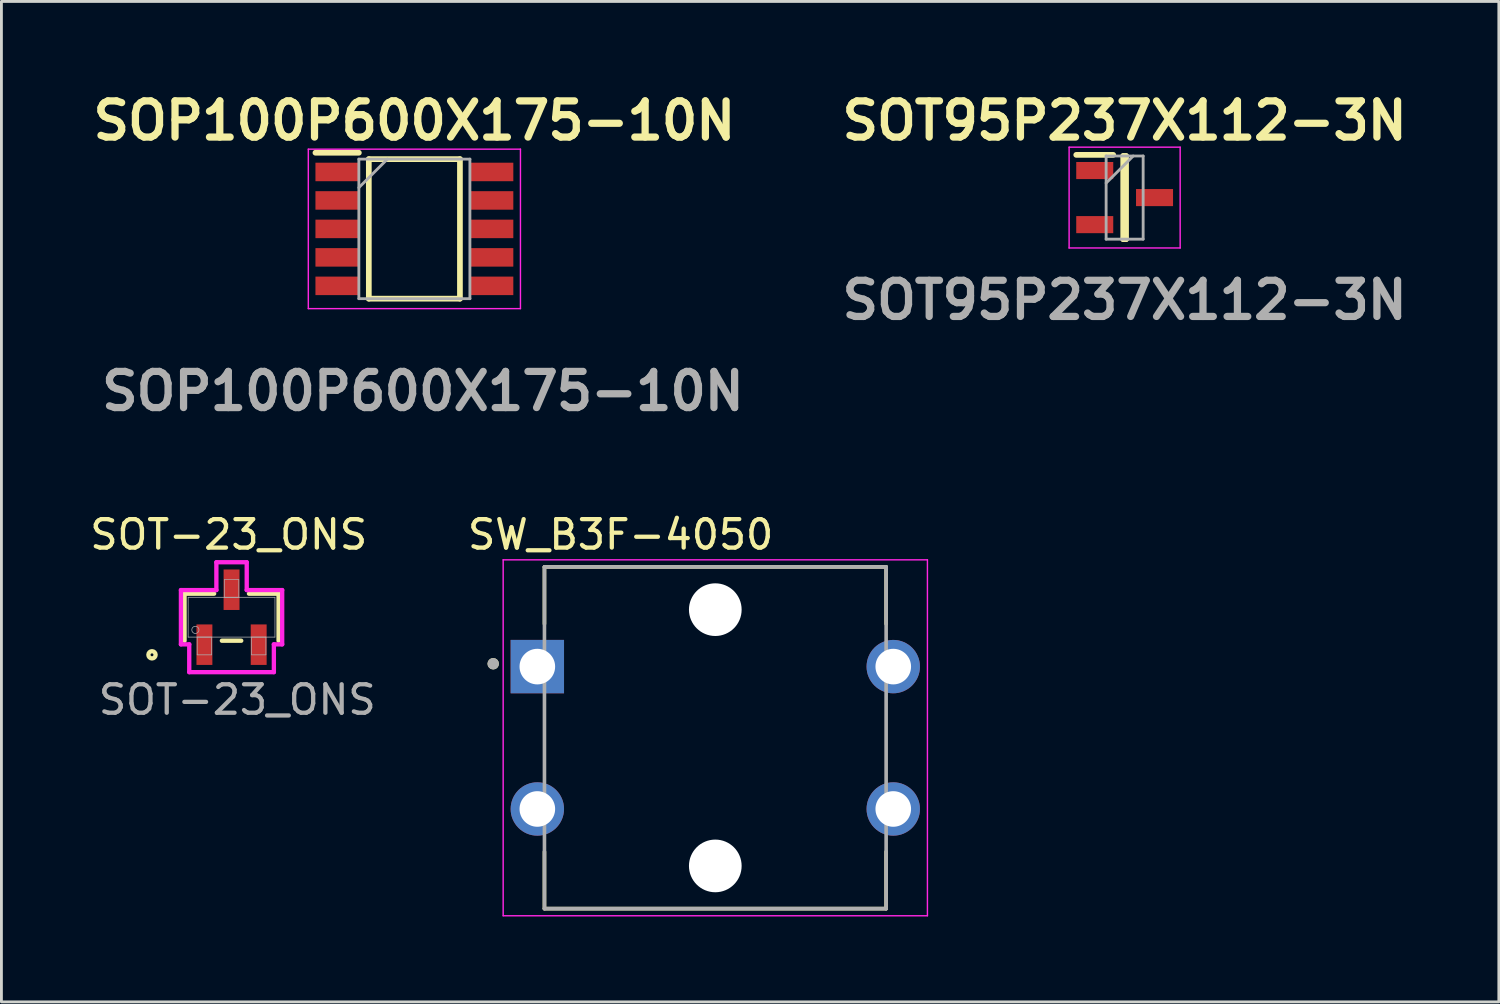
<source format=kicad_pcb>
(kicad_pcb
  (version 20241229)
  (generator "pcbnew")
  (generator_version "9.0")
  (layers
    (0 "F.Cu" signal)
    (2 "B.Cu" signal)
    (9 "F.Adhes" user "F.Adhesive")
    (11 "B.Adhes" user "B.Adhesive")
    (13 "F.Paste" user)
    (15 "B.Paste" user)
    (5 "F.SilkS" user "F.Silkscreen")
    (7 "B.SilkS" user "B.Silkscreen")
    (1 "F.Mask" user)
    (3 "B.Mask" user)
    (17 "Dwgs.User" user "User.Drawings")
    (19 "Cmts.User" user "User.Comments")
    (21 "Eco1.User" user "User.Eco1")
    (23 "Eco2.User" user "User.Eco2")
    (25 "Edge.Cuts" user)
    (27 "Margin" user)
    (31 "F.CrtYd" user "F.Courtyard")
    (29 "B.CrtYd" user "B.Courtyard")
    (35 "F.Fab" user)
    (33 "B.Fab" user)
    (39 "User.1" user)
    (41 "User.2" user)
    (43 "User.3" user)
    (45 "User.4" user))
  (footprint "SOT95P237X112-3N"
    (layer "F.Cu")
    (at 36.447 3.889)
    (property "Reference" "SOT95P237X112-3N" (at 0 -2.7 0) (layer "F.SilkS") (effects (font (size 1.27 1.27) (thickness 0.254))))
    (attr smd)
    (fp_line (start -1.7 -1.5) (end -0.4 -1.5) (stroke (width 0.2) (type solid)) (layer "F.SilkS"))
    (fp_line (start -0.05 -1.46) (end 0.05 -1.46) (stroke (width 0.2) (type solid)) (layer "F.SilkS"))
    (fp_line (start -0.05 1.46) (end -0.05 -1.46) (stroke (width 0.2) (type solid)) (layer "F.SilkS"))
    (fp_line (start 0.05 -1.46) (end 0.05 1.46) (stroke (width 0.2) (type solid)) (layer "F.SilkS"))
    (fp_line (start 0.05 1.46) (end -0.05 1.46) (stroke (width 0.2) (type solid)) (layer "F.SilkS"))
    (fp_line (start -1.95 -1.77) (end 1.95 -1.77) (stroke (width 0.05) (type solid)) (layer "F.CrtYd"))
    (fp_line (start -1.95 1.77) (end -1.95 -1.77) (stroke (width 0.05) (type solid)) (layer "F.CrtYd"))
    (fp_line (start 1.95 -1.77) (end 1.95 1.77) (stroke (width 0.05) (type solid)) (layer "F.CrtYd"))
    (fp_line (start 1.95 1.77) (end -1.95 1.77) (stroke (width 0.05) (type solid)) (layer "F.CrtYd"))
    (fp_line (start -0.65 -1.46) (end 0.65 -1.46) (stroke (width 0.1) (type solid)) (layer "F.Fab"))
    (fp_line (start -0.65 -0.51) (end 0.3 -1.46) (stroke (width 0.1) (type solid)) (layer "F.Fab"))
    (fp_line (start -0.65 1.46) (end -0.65 -1.46) (stroke (width 0.1) (type solid)) (layer "F.Fab"))
    (fp_line (start 0.65 -1.46) (end 0.65 1.46) (stroke (width 0.1) (type solid)) (layer "F.Fab"))
    (fp_line (start 0.65 1.46) (end -0.65 1.46) (stroke (width 0.1) (type solid)) (layer "F.Fab"))
    (fp_text user "${REFERENCE}" (at 0 3.6 0) (layer "F.Fab") (effects (font (size 1.27 1.27) (thickness 0.254))))
    (pad "1" smd rect (at -1.05 -0.95 90) (size 0.6 1.3) (layers "F.Cu" "F.Mask" "F.Paste"))
    (pad "2" smd rect (at -1.05 0.95 90) (size 0.6 1.3) (layers "F.Cu" "F.Mask" "F.Paste"))
    (pad "3" smd rect (at 1.05 0 90) (size 0.6 1.3) (layers "F.Cu" "F.Mask" "F.Paste")))
  (footprint "SOT-23_ONS"
    (layer "F.Cu")
    (at 5.082 18.626)
    (property "Reference" "SOT-23_ONS" (at -0.1 -2.9 0) (unlocked yes) (layer "F.SilkS") (effects (font (size 1 1) (thickness 0.15))))
    (attr smd)
    (fp_line (start -1.651 -0.826) (end -1.651 0.826) (stroke (width 0.152) (type solid)) (layer "F.SilkS"))
    (fp_line (start -0.612 -0.826) (end -1.651 -0.826) (stroke (width 0.152) (type solid)) (layer "F.SilkS"))
    (fp_line (start -0.34 0.826) (end 0.34 0.826) (stroke (width 0.152) (type solid)) (layer "F.SilkS"))
    (fp_line (start 1.651 -0.826) (end 0.612 -0.826) (stroke (width 0.152) (type solid)) (layer "F.SilkS"))
    (fp_line (start 1.651 0.826) (end 1.651 -0.826) (stroke (width 0.152) (type solid)) (layer "F.SilkS"))
    (fp_circle (center -2.794 1.321) (end -2.667 1.321) (stroke (width 0.152) (type solid)) (fill no) (layer "F.SilkS"))
    (fp_line (start -1.778 -0.953) (end -0.533 -0.953) (stroke (width 0.152) (type solid)) (layer "F.CrtYd"))
    (fp_line (start -1.778 0.953) (end -1.778 -0.953) (stroke (width 0.152) (type solid)) (layer "F.CrtYd"))
    (fp_line (start -1.778 0.953) (end -1.486 0.953) (stroke (width 0.152) (type solid)) (layer "F.CrtYd"))
    (fp_line (start -1.486 0.953) (end -1.486 1.93) (stroke (width 0.152) (type solid)) (layer "F.CrtYd"))
    (fp_line (start -1.486 1.93) (end 1.486 1.93) (stroke (width 0.152) (type solid)) (layer "F.CrtYd"))
    (fp_line (start -0.533 -1.93) (end 0.533 -1.93) (stroke (width 0.152) (type solid)) (layer "F.CrtYd"))
    (fp_line (start -0.533 -0.953) (end -0.533 -1.93) (stroke (width 0.152) (type solid)) (layer "F.CrtYd"))
    (fp_line (start 0.533 -0.953) (end 0.533 -1.93) (stroke (width 0.152) (type solid)) (layer "F.CrtYd"))
    (fp_line (start 1.486 0.953) (end 1.486 1.93) (stroke (width 0.152) (type solid)) (layer "F.CrtYd"))
    (fp_line (start 1.778 -0.953) (end 0.533 -0.953) (stroke (width 0.152) (type solid)) (layer "F.CrtYd"))
    (fp_line (start 1.778 -0.953) (end 1.778 0.953) (stroke (width 0.152) (type solid)) (layer "F.CrtYd"))
    (fp_line (start 1.778 0.953) (end 1.486 0.953) (stroke (width 0.152) (type solid)) (layer "F.CrtYd"))
    (fp_line (start -1.524 -0.699) (end -1.524 0.699) (stroke (width 0.025) (type solid)) (layer "F.Fab"))
    (fp_line (start -1.524 0.699) (end 1.524 0.699) (stroke (width 0.025) (type solid)) (layer "F.Fab"))
    (fp_line (start -1.206 0.699) (end -1.206 1.321) (stroke (width 0.025) (type solid)) (layer "F.Fab"))
    (fp_line (start -1.206 1.321) (end -0.699 1.321) (stroke (width 0.025) (type solid)) (layer "F.Fab"))
    (fp_line (start -0.699 0.699) (end -1.206 0.699) (stroke (width 0.025) (type solid)) (layer "F.Fab"))
    (fp_line (start -0.699 1.321) (end -0.699 0.699) (stroke (width 0.025) (type solid)) (layer "F.Fab"))
    (fp_line (start -0.254 -1.321) (end -0.254 -0.699) (stroke (width 0.025) (type solid)) (layer "F.Fab"))
    (fp_line (start -0.254 -0.699) (end 0.254 -0.699) (stroke (width 0.025) (type solid)) (layer "F.Fab"))
    (fp_line (start 0.254 -1.321) (end -0.254 -1.321) (stroke (width 0.025) (type solid)) (layer "F.Fab"))
    (fp_line (start 0.254 -0.699) (end 0.254 -1.321) (stroke (width 0.025) (type solid)) (layer "F.Fab"))
    (fp_line (start 0.699 0.699) (end 0.699 1.321) (stroke (width 0.025) (type solid)) (layer "F.Fab"))
    (fp_line (start 0.699 1.321) (end 1.206 1.321) (stroke (width 0.025) (type solid)) (layer "F.Fab"))
    (fp_line (start 1.206 0.699) (end 0.699 0.699) (stroke (width 0.025) (type solid)) (layer "F.Fab"))
    (fp_line (start 1.206 1.321) (end 1.206 0.699) (stroke (width 0.025) (type solid)) (layer "F.Fab"))
    (fp_line (start 1.524 -0.699) (end -1.524 -0.699) (stroke (width 0.025) (type solid)) (layer "F.Fab"))
    (fp_line (start 1.524 0.699) (end 1.524 -0.699) (stroke (width 0.025) (type solid)) (layer "F.Fab"))
    (fp_circle (center -1.27 0.445) (end -1.143 0.445) (stroke (width 0.025) (type solid)) (fill no) (layer "F.Fab"))
    (fp_text user "${REFERENCE}" (at 0.2 2.9 0) (unlocked yes) (layer "F.Fab") (effects (font (size 1 1) (thickness 0.15))))
    (pad "1" smd rect (at -0.953 0.965) (size 0.559 1.422) (layers "F.Cu" "F.Mask" "F.Paste"))
    (pad "2" smd rect (at 0.953 0.965) (size 0.559 1.422) (layers "F.Cu" "F.Mask" "F.Paste"))
    (pad "3" smd rect (at 0 -0.965) (size 0.559 1.422) (layers "F.Cu" "F.Mask" "F.Paste")))
  (footprint "SOP100P600X175-10N"
    (layer "F.Cu")
    (at 11.503 4.989)
    (property "Reference" "SOP100P600X175-10N" (at 0 -3.8 0) (layer "F.SilkS") (effects (font (size 1.27 1.27) (thickness 0.254))))
    (attr smd)
    (fp_line (start -3.475 -2.675) (end -1.95 -2.675) (stroke (width 0.2) (type solid)) (layer "F.SilkS"))
    (fp_line (start -1.6 -2.45) (end 1.6 -2.45) (stroke (width 0.2) (type solid)) (layer "F.SilkS"))
    (fp_line (start -1.6 2.45) (end -1.6 -2.45) (stroke (width 0.2) (type solid)) (layer "F.SilkS"))
    (fp_line (start 1.6 -2.45) (end 1.6 2.45) (stroke (width 0.2) (type solid)) (layer "F.SilkS"))
    (fp_line (start 1.6 2.45) (end -1.6 2.45) (stroke (width 0.2) (type solid)) (layer "F.SilkS"))
    (fp_line (start -3.725 -2.8) (end 3.725 -2.8) (stroke (width 0.05) (type solid)) (layer "F.CrtYd"))
    (fp_line (start -3.725 2.8) (end -3.725 -2.8) (stroke (width 0.05) (type solid)) (layer "F.CrtYd"))
    (fp_line (start 3.725 -2.8) (end 3.725 2.8) (stroke (width 0.05) (type solid)) (layer "F.CrtYd"))
    (fp_line (start 3.725 2.8) (end -3.725 2.8) (stroke (width 0.05) (type solid)) (layer "F.CrtYd"))
    (fp_line (start -1.95 -2.45) (end 1.95 -2.45) (stroke (width 0.1) (type solid)) (layer "F.Fab"))
    (fp_line (start -1.95 -1.45) (end -0.95 -2.45) (stroke (width 0.1) (type solid)) (layer "F.Fab"))
    (fp_line (start -1.95 2.45) (end -1.95 -2.45) (stroke (width 0.1) (type solid)) (layer "F.Fab"))
    (fp_line (start 1.95 -2.45) (end 1.95 2.45) (stroke (width 0.1) (type solid)) (layer "F.Fab"))
    (fp_line (start 1.95 2.45) (end -1.95 2.45) (stroke (width 0.1) (type solid)) (layer "F.Fab"))
    (fp_text user "${REFERENCE}" (at 0.3 5.7 0) (layer "F.Fab") (effects (font (size 1.27 1.27) (thickness 0.254))))
    (pad "1" smd rect (at -2.712 -2 90) (size 0.65 1.525) (layers "F.Cu" "F.Mask" "F.Paste"))
    (pad "2" smd rect (at -2.712 -1 90) (size 0.65 1.525) (layers "F.Cu" "F.Mask" "F.Paste"))
    (pad "3" smd rect (at -2.712 0 90) (size 0.65 1.525) (layers "F.Cu" "F.Mask" "F.Paste"))
    (pad "4" smd rect (at -2.712 1 90) (size 0.65 1.525) (layers "F.Cu" "F.Mask" "F.Paste"))
    (pad "5" smd rect (at -2.712 2 90) (size 0.65 1.525) (layers "F.Cu" "F.Mask" "F.Paste"))
    (pad "6" smd rect (at 2.712 2 90) (size 0.65 1.525) (layers "F.Cu" "F.Mask" "F.Paste"))
    (pad "7" smd rect (at 2.712 1 90) (size 0.65 1.525) (layers "F.Cu" "F.Mask" "F.Paste"))
    (pad "8" smd rect (at 2.712 0 90) (size 0.65 1.525) (layers "F.Cu" "F.Mask" "F.Paste"))
    (pad "9" smd rect (at 2.712 -1 90) (size 0.65 1.525) (layers "F.Cu" "F.Mask" "F.Paste"))
    (pad "10" smd rect (at 2.712 -2 90) (size 0.65 1.525) (layers "F.Cu" "F.Mask" "F.Paste")))
  (footprint "SW_B3F-4050"
    (layer "F.Cu")
    (at 22.071 22.861)
    (property "Reference" "SW_B3F-4050" (at -3.325 -7.135 0) (layer "F.SilkS") (effects (font (size 1 1) (thickness 0.15))))
    (attr through_hole)
    (fp_line (start -6 -6) (end 6 -6) (stroke (width 0.127) (type solid)) (layer "F.SilkS"))
    (fp_line (start -6 -4) (end -6 -6) (stroke (width 0.127) (type solid)) (layer "F.SilkS"))
    (fp_line (start -6 4) (end -6 6) (stroke (width 0.127) (type solid)) (layer "F.SilkS"))
    (fp_line (start -6 6) (end 6 6) (stroke (width 0.127) (type solid)) (layer "F.SilkS"))
    (fp_line (start 6 -6) (end 6 -4) (stroke (width 0.127) (type solid)) (layer "F.SilkS"))
    (fp_line (start 6 6) (end 6 4) (stroke (width 0.127) (type solid)) (layer "F.SilkS"))
    (fp_circle (center -7.8 -2.6) (end -7.7 -2.6) (stroke (width 0.2) (type solid)) (fill no) (layer "F.SilkS"))
    (fp_line (start -7.45 -6.25) (end -7.45 6.25) (stroke (width 0.05) (type solid)) (layer "F.CrtYd"))
    (fp_line (start -7.45 6.25) (end 7.45 6.25) (stroke (width 0.05) (type solid)) (layer "F.CrtYd"))
    (fp_line (start 7.45 -6.25) (end -7.45 -6.25) (stroke (width 0.05) (type solid)) (layer "F.CrtYd"))
    (fp_line (start 7.45 6.25) (end 7.45 -6.25) (stroke (width 0.05) (type solid)) (layer "F.CrtYd"))
    (fp_line (start -6 -6) (end -6 6) (stroke (width 0.127) (type solid)) (layer "F.Fab"))
    (fp_line (start -6 6) (end 6 6) (stroke (width 0.127) (type solid)) (layer "F.Fab"))
    (fp_line (start 6 -6) (end -6 -6) (stroke (width 0.127) (type solid)) (layer "F.Fab"))
    (fp_line (start 6 6) (end 6 -6) (stroke (width 0.127) (type solid)) (layer "F.Fab"))
    (fp_circle (center -7.8 -2.6) (end -7.7 -2.6) (stroke (width 0.2) (type solid)) (fill no) (layer "F.Fab"))
    (pad "" np_thru_hole circle (at 0 -4.5) (size 1.85 1.85) (drill 1.85) (layers "*.Cu" "*.Mask"))
    (pad "" np_thru_hole circle (at 0 4.5) (size 1.85 1.85) (drill 1.85) (layers "*.Cu" "*.Mask"))
    (pad "1" thru_hole rect (at -6.25 -2.5) (size 1.875 1.875) (drill 1.25) (layers "*.Cu" "*.Mask"))
    (pad "2" thru_hole circle (at 6.25 -2.5) (size 1.875 1.875) (drill 1.25) (layers "*.Cu" "*.Mask"))
    (pad "3" thru_hole circle (at -6.25 2.5) (size 1.875 1.875) (drill 1.25) (layers "*.Cu" "*.Mask"))
    (pad "4" thru_hole circle (at 6.25 2.5) (size 1.875 1.875) (drill 1.25) (layers "*.Cu" "*.Mask")))
  (gr_rect
    (start -3 -3)
    (end 49.589 32.136)
    (stroke (width 0.1) (type default))
    (fill no)
    (layer "Edge.Cuts")))
</source>
